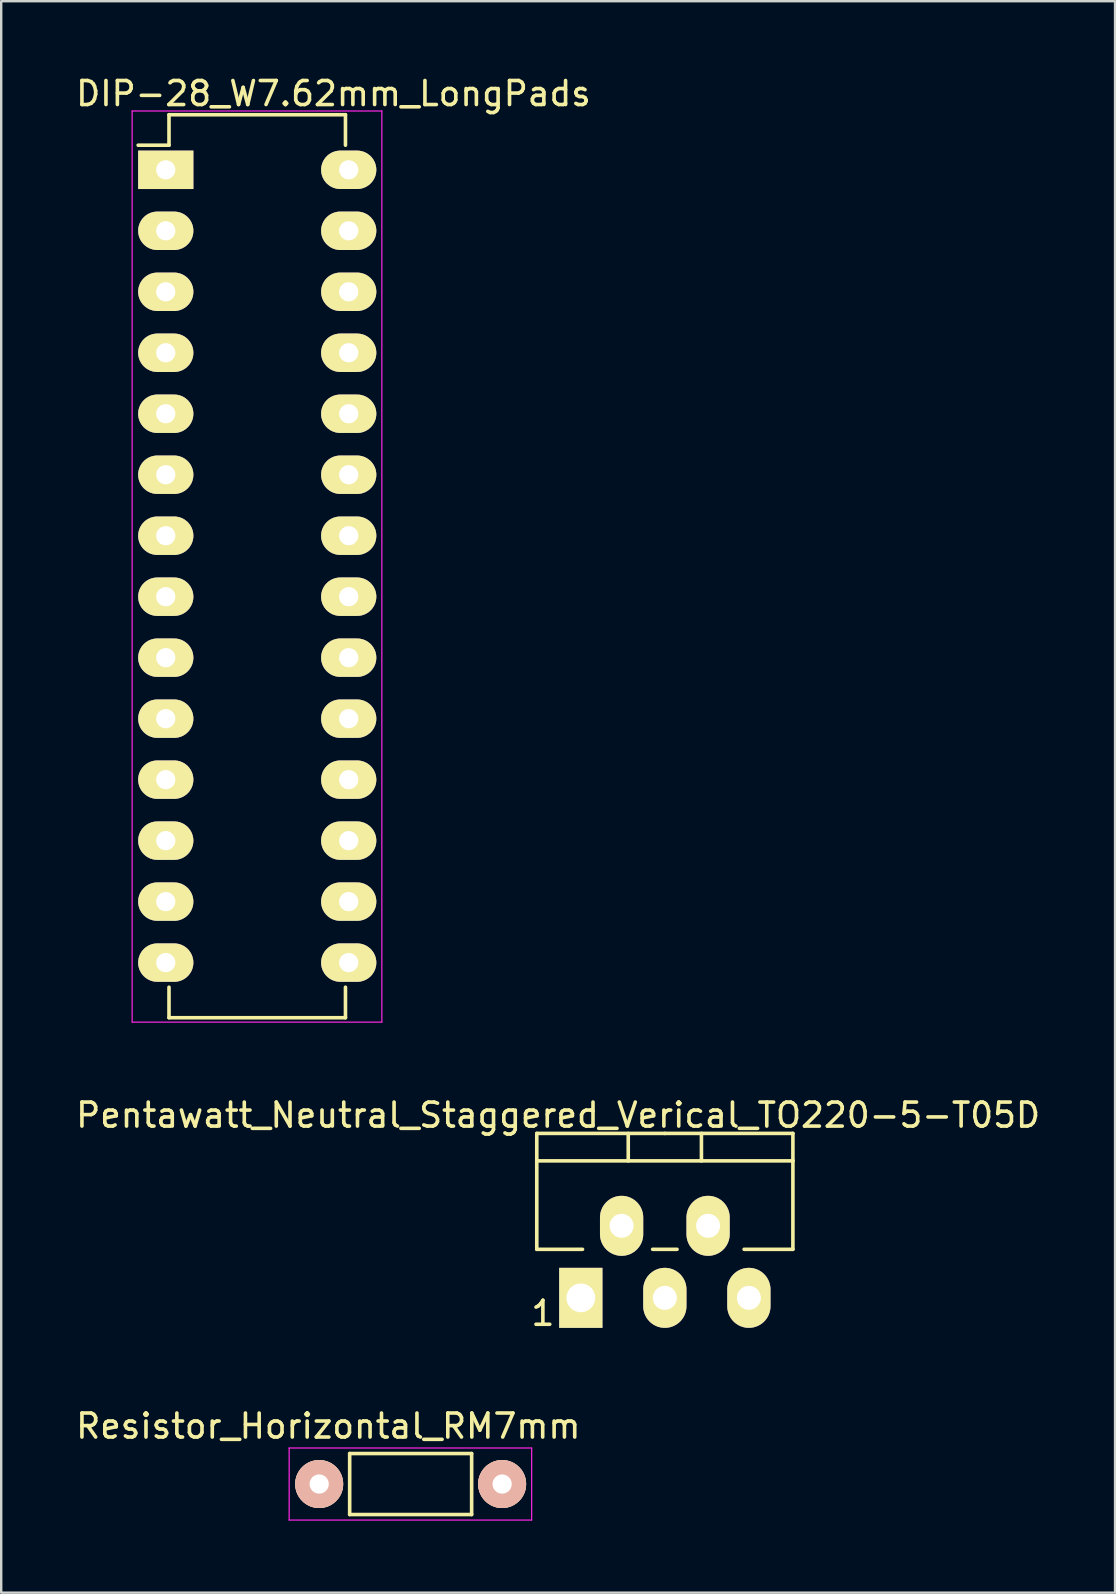
<source format=kicad_pcb>
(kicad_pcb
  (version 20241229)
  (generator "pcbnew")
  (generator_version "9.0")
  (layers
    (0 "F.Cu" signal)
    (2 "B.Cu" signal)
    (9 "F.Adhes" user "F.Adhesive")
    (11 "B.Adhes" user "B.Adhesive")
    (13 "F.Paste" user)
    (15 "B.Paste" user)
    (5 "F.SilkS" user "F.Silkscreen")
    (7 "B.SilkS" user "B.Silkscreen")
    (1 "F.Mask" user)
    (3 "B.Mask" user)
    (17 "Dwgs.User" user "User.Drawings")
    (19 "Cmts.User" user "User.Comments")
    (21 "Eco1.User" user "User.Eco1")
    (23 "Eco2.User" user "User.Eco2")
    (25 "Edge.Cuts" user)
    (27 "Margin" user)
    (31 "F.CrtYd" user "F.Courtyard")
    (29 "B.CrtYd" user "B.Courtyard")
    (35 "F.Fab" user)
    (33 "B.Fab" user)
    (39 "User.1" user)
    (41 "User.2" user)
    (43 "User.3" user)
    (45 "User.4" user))
  (footprint "DIP-28_W7.62mm_LongPads"
    (layer "F.Cu")
    (at 3.854 4.023)
    (property "Reference" "DIP-28_W7.62mm_LongPads" (at 6.985 -3.175 0) (layer "F.SilkS") (effects (font (size 1 1) (thickness 0.15))))
    (attr through_hole)
    (fp_line (start 0.135 -2.295) (end 0.135 -1.025) (stroke (width 0.15) (type solid)) (layer "F.SilkS"))
    (fp_line (start 0.135 -2.295) (end 7.485 -2.295) (stroke (width 0.15) (type solid)) (layer "F.SilkS"))
    (fp_line (start 0.135 -1.025) (end -1.15 -1.025) (stroke (width 0.15) (type solid)) (layer "F.SilkS"))
    (fp_line (start 0.135 35.315) (end 0.135 34.045) (stroke (width 0.15) (type solid)) (layer "F.SilkS"))
    (fp_line (start 0.135 35.315) (end 7.485 35.315) (stroke (width 0.15) (type solid)) (layer "F.SilkS"))
    (fp_line (start 7.485 -2.295) (end 7.485 -1.025) (stroke (width 0.15) (type solid)) (layer "F.SilkS"))
    (fp_line (start 7.485 35.315) (end 7.485 34.045) (stroke (width 0.15) (type solid)) (layer "F.SilkS"))
    (fp_line (start -1.4 -2.45) (end -1.4 35.5) (stroke (width 0.05) (type solid)) (layer "F.CrtYd"))
    (fp_line (start -1.4 -2.45) (end 9 -2.45) (stroke (width 0.05) (type solid)) (layer "F.CrtYd"))
    (fp_line (start -1.4 35.5) (end 9 35.5) (stroke (width 0.05) (type solid)) (layer "F.CrtYd"))
    (fp_line (start 9 -2.45) (end 9 35.5) (stroke (width 0.05) (type solid)) (layer "F.CrtYd"))
    (pad "1" thru_hole rect (at 0 0) (size 2.3 1.6) (drill 0.8) (layers "*.Cu" "*.Mask" "F.SilkS"))
    (pad "2" thru_hole oval (at 0 2.54) (size 2.3 1.6) (drill 0.8) (layers "*.Cu" "*.Mask" "F.SilkS"))
    (pad "3" thru_hole oval (at 0 5.08) (size 2.3 1.6) (drill 0.8) (layers "*.Cu" "*.Mask" "F.SilkS"))
    (pad "4" thru_hole oval (at 0 7.62) (size 2.3 1.6) (drill 0.8) (layers "*.Cu" "*.Mask" "F.SilkS"))
    (pad "5" thru_hole oval (at 0 10.16) (size 2.3 1.6) (drill 0.8) (layers "*.Cu" "*.Mask" "F.SilkS"))
    (pad "6" thru_hole oval (at 0 12.7) (size 2.3 1.6) (drill 0.8) (layers "*.Cu" "*.Mask" "F.SilkS"))
    (pad "7" thru_hole oval (at 0 15.24) (size 2.3 1.6) (drill 0.8) (layers "*.Cu" "*.Mask" "F.SilkS"))
    (pad "8" thru_hole oval (at 0 17.78) (size 2.3 1.6) (drill 0.8) (layers "*.Cu" "*.Mask" "F.SilkS"))
    (pad "9" thru_hole oval (at 0 20.32) (size 2.3 1.6) (drill 0.8) (layers "*.Cu" "*.Mask" "F.SilkS"))
    (pad "10" thru_hole oval (at 0 22.86) (size 2.3 1.6) (drill 0.8) (layers "*.Cu" "*.Mask" "F.SilkS"))
    (pad "11" thru_hole oval (at 0 25.4) (size 2.3 1.6) (drill 0.8) (layers "*.Cu" "*.Mask" "F.SilkS"))
    (pad "12" thru_hole oval (at 0 27.94) (size 2.3 1.6) (drill 0.8) (layers "*.Cu" "*.Mask" "F.SilkS"))
    (pad "13" thru_hole oval (at 0 30.48) (size 2.3 1.6) (drill 0.8) (layers "*.Cu" "*.Mask" "F.SilkS"))
    (pad "14" thru_hole oval (at 0 33.02) (size 2.3 1.6) (drill 0.8) (layers "*.Cu" "*.Mask" "F.SilkS"))
    (pad "15" thru_hole oval (at 7.62 33.02) (size 2.3 1.6) (drill 0.8) (layers "*.Cu" "*.Mask" "F.SilkS"))
    (pad "16" thru_hole oval (at 7.62 30.48) (size 2.3 1.6) (drill 0.8) (layers "*.Cu" "*.Mask" "F.SilkS"))
    (pad "17" thru_hole oval (at 7.62 27.94) (size 2.3 1.6) (drill 0.8) (layers "*.Cu" "*.Mask" "F.SilkS"))
    (pad "18" thru_hole oval (at 7.62 25.4) (size 2.3 1.6) (drill 0.8) (layers "*.Cu" "*.Mask" "F.SilkS"))
    (pad "19" thru_hole oval (at 7.62 22.86) (size 2.3 1.6) (drill 0.8) (layers "*.Cu" "*.Mask" "F.SilkS"))
    (pad "20" thru_hole oval (at 7.62 20.32) (size 2.3 1.6) (drill 0.8) (layers "*.Cu" "*.Mask" "F.SilkS"))
    (pad "21" thru_hole oval (at 7.62 17.78) (size 2.3 1.6) (drill 0.8) (layers "*.Cu" "*.Mask" "F.SilkS"))
    (pad "22" thru_hole oval (at 7.62 15.24) (size 2.3 1.6) (drill 0.8) (layers "*.Cu" "*.Mask" "F.SilkS"))
    (pad "23" thru_hole oval (at 7.62 12.7) (size 2.3 1.6) (drill 0.8) (layers "*.Cu" "*.Mask" "F.SilkS"))
    (pad "24" thru_hole oval (at 7.62 10.16) (size 2.3 1.6) (drill 0.8) (layers "*.Cu" "*.Mask" "F.SilkS"))
    (pad "25" thru_hole oval (at 7.62 7.62) (size 2.3 1.6) (drill 0.8) (layers "*.Cu" "*.Mask" "F.SilkS"))
    (pad "26" thru_hole oval (at 7.62 5.08) (size 2.3 1.6) (drill 0.8) (layers "*.Cu" "*.Mask" "F.SilkS"))
    (pad "27" thru_hole oval (at 7.62 2.54) (size 2.3 1.6) (drill 0.8) (layers "*.Cu" "*.Mask" "F.SilkS"))
    (pad "28" thru_hole oval (at 7.62 0) (size 2.3 1.6) (drill 0.8) (layers "*.Cu" "*.Mask" "F.SilkS")))
  (footprint "Pentawatt_Neutral_Staggered_Verical_TO220-5-T05D"
    (layer "F.Cu")
    (at 24.641 47.206)
    (property "Reference" "Pentawatt_Neutral_Staggered_Verical_TO220-5-T05D" (at -4.445 -3.81 0) (layer "F.SilkS") (effects (font (size 1 1) (thickness 0.15))))
    (attr through_hole)
    (fp_line (start -5.334 -1.905) (end -5.334 -3.048) (stroke (width 0.15) (type solid)) (layer "F.SilkS"))
    (fp_line (start -5.334 1.778) (end -5.334 -1.905) (stroke (width 0.15) (type solid)) (layer "F.SilkS"))
    (fp_line (start -5.334 1.778) (end -3.429 1.778) (stroke (width 0.15) (type solid)) (layer "F.SilkS"))
    (fp_line (start -1.524 -3.048) (end -1.524 -1.905) (stroke (width 0.15) (type solid)) (layer "F.SilkS"))
    (fp_line (start -0.508 1.778) (end 0.508 1.778) (stroke (width 0.15) (type solid)) (layer "F.SilkS"))
    (fp_line (start 0 -3.048) (end -5.334 -3.048) (stroke (width 0.15) (type solid)) (layer "F.SilkS"))
    (fp_line (start 0 -3.048) (end 5.334 -3.048) (stroke (width 0.15) (type solid)) (layer "F.SilkS"))
    (fp_line (start 1.524 -3.048) (end 1.524 -1.905) (stroke (width 0.15) (type solid)) (layer "F.SilkS"))
    (fp_line (start 3.302 1.778) (end 5.334 1.778) (stroke (width 0.15) (type solid)) (layer "F.SilkS"))
    (fp_line (start 5.334 -3.048) (end 5.334 -1.905) (stroke (width 0.15) (type solid)) (layer "F.SilkS"))
    (fp_line (start 5.334 -1.905) (end -5.334 -1.905) (stroke (width 0.15) (type solid)) (layer "F.SilkS"))
    (fp_line (start 5.334 -1.905) (end 5.334 1.778) (stroke (width 0.15) (type solid)) (layer "F.SilkS"))
    (fp_text user "1" (at -5.08 4.445 0) (layer "F.SilkS") (effects (font (size 1 1) (thickness 0.15))))
    (pad "1" thru_hole rect (at -3.5 3.8 90) (size 2.499 1.801) (drill 1.199) (layers "*.Cu" "*.Mask" "F.SilkS"))
    (pad "2" thru_hole oval (at -1.801 0.8 90) (size 2.499 1.801) (drill 1) (layers "*.Cu" "*.Mask" "F.SilkS"))
    (pad "3" thru_hole oval (at 0 3.8 90) (size 2.499 1.801) (drill 1) (layers "*.Cu" "*.Mask" "F.SilkS"))
    (pad "4" thru_hole oval (at 1.801 0.8 90) (size 2.499 1.801) (drill 1) (layers "*.Cu" "*.Mask" "F.SilkS"))
    (pad "5" thru_hole oval (at 3.5 3.8 90) (size 2.499 1.801) (drill 1) (layers "*.Cu" "*.Mask" "F.SilkS")))
  (footprint "Resistor_Horizontal_RM7mm"
    (layer "F.Cu")
    (at 10.244 58.761)
    (property "Reference" "Resistor_Horizontal_RM7mm" (at 0.381 -2.413 0) (layer "F.SilkS") (effects (font (size 1 1) (thickness 0.15))))
    (attr through_hole)
    (fp_line (start 1.27 -1.27) (end 6.35 -1.27) (stroke (width 0.15) (type solid)) (layer "F.SilkS"))
    (fp_line (start 1.27 1.27) (end 1.27 -1.27) (stroke (width 0.15) (type solid)) (layer "F.SilkS"))
    (fp_line (start 6.35 -1.27) (end 6.35 1.27) (stroke (width 0.15) (type solid)) (layer "F.SilkS"))
    (fp_line (start 6.35 1.27) (end 1.27 1.27) (stroke (width 0.15) (type solid)) (layer "F.SilkS"))
    (fp_line (start -1.25 -1.5) (end 8.85 -1.5) (stroke (width 0.05) (type solid)) (layer "F.CrtYd"))
    (fp_line (start -1.25 1.5) (end -1.25 -1.5) (stroke (width 0.05) (type solid)) (layer "F.CrtYd"))
    (fp_line (start -1.25 1.5) (end 8.85 1.5) (stroke (width 0.05) (type solid)) (layer "F.CrtYd"))
    (fp_line (start 8.85 -1.5) (end 8.85 1.5) (stroke (width 0.05) (type solid)) (layer "F.CrtYd"))
    (pad "1" thru_hole circle (at 0 0) (size 1.999 1.999) (drill 0.8) (layers "*.Cu" "*.SilkS" "*.Mask"))
    (pad "2" thru_hole circle (at 7.62 0) (size 1.999 1.999) (drill 0.8) (layers "*.Cu" "*.SilkS" "*.Mask")))
  (gr_rect
    (start -3 -3)
    (end 43.393 63.286)
    (stroke (width 0.1) (type default))
    (fill no)
    (layer "Edge.Cuts")))
</source>
